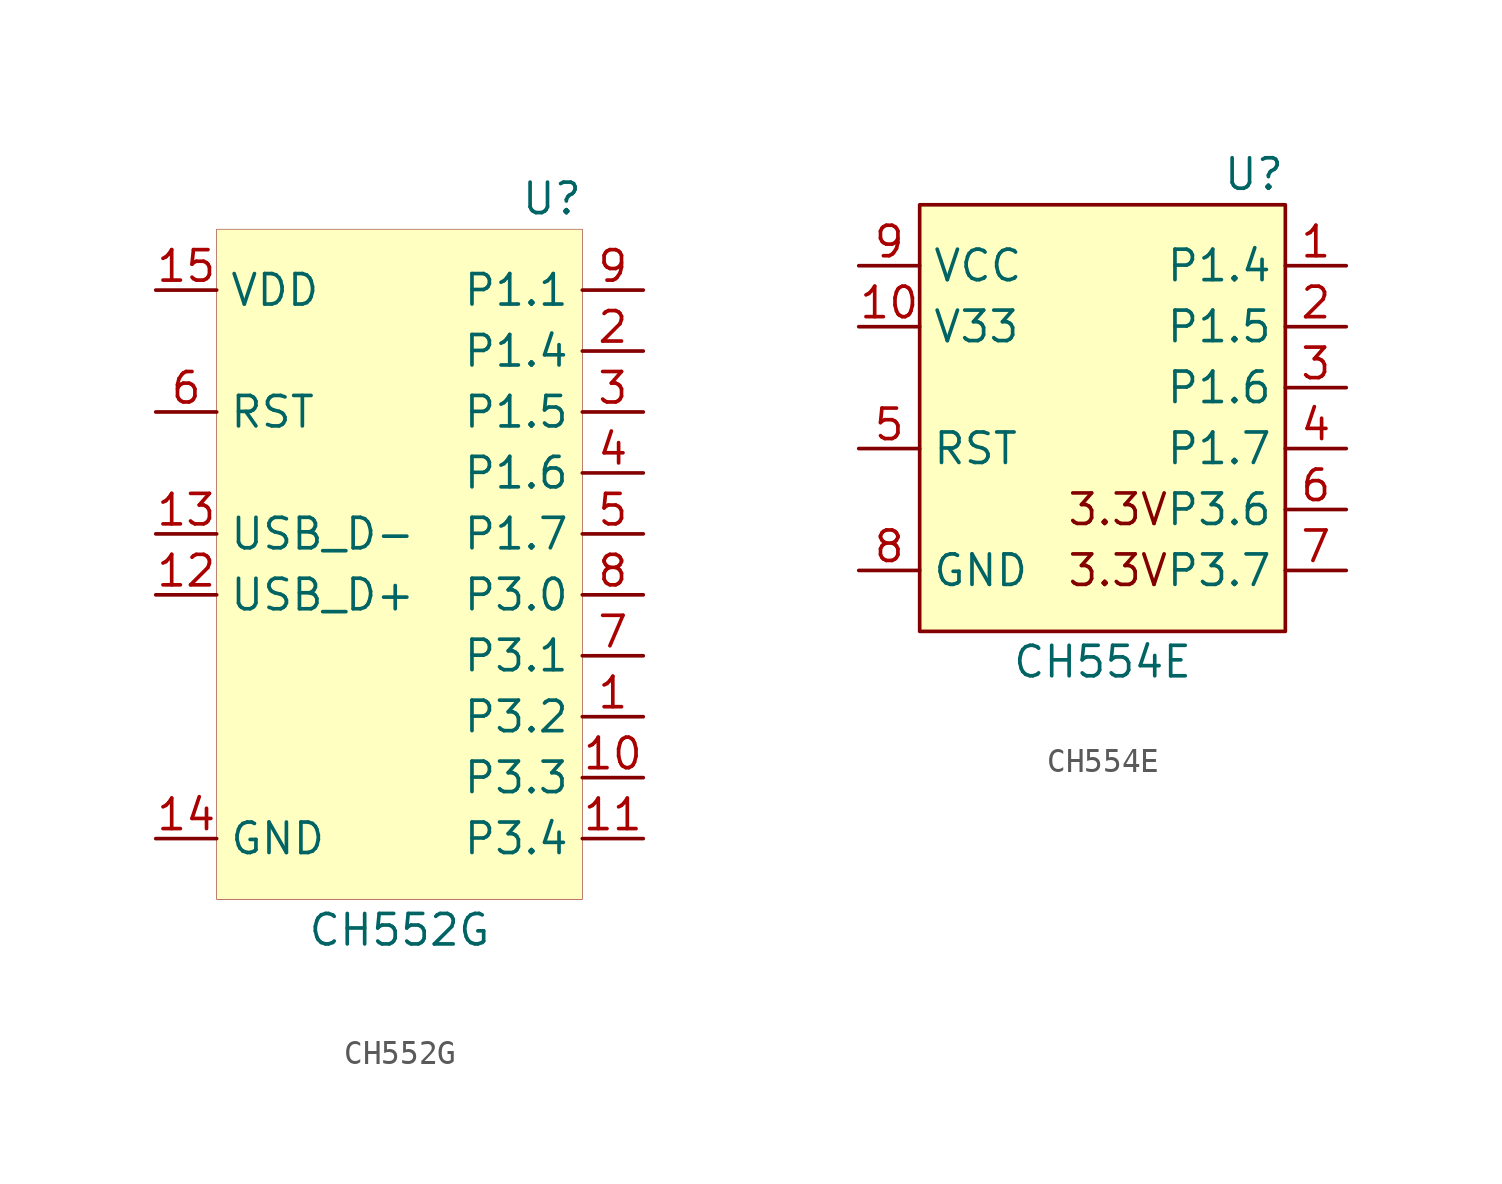
<source format=kicad_sym>
(kicad_symbol_lib
  (version 20201005)
  (generator kicad_symbol_editor)
  (symbol "MCU_WCH:CH552G"
    (property "Reference" "U"
      (at 6.35 13.97 0)
      (effects (font (size 1.27 1.27))))
    (property "Value" "CH552G"
      (at 0 -16.51 0)
      (effects (font (size 1.27 1.27))))
    (symbol "CH552G_0_0"
      (pin bidirectional line (at 10.16 -7.62 180) (length 2.54) (name "P3.2" (effects (font (size 1.27 1.27)))) (number "1" (effects (font (size 1.27 1.27)))))
      (pin bidirectional line (at 10.16 7.62 180) (length 2.54) (name "P1.4" (effects (font (size 1.27 1.27)))) (number "2" (effects (font (size 1.27 1.27)))))
      (pin bidirectional line (at 10.16 5.08 180) (length 2.54) (name "P1.5" (effects (font (size 1.27 1.27)))) (number "3" (effects (font (size 1.27 1.27)))))
      (pin bidirectional line (at 10.16 2.54 180) (length 2.54) (name "P1.6" (effects (font (size 1.27 1.27)))) (number "4" (effects (font (size 1.27 1.27)))))
      (pin bidirectional line (at 10.16 0 180) (length 2.54) (name "P1.7" (effects (font (size 1.27 1.27)))) (number "5" (effects (font (size 1.27 1.27)))))
      (pin input line (at -10.16 5.08 0) (length 2.54) (name "RST" (effects (font (size 1.27 1.27)))) (number "6" (effects (font (size 1.27 1.27)))))
      (pin bidirectional line (at 10.16 -5.08 180) (length 2.54) (name "P3.1" (effects (font (size 1.27 1.27)))) (number "7" (effects (font (size 1.27 1.27)))))
      (pin bidirectional line (at 10.16 -2.54 180) (length 2.54) (name "P3.0" (effects (font (size 1.27 1.27)))) (number "8" (effects (font (size 1.27 1.27)))))
      (pin bidirectional line (at 10.16 10.16 180) (length 2.54) (name "P1.1" (effects (font (size 1.27 1.27)))) (number "9" (effects (font (size 1.27 1.27)))))
      (pin bidirectional line (at 10.16 -10.16 180) (length 2.54) (name "P3.3" (effects (font (size 1.27 1.27)))) (number "10" (effects (font (size 1.27 1.27)))))
      (pin bidirectional line (at 10.16 -12.7 180) (length 2.54) (name "P3.4" (effects (font (size 1.27 1.27)))) (number "11" (effects (font (size 1.27 1.27)))))
      (pin bidirectional line (at -10.16 -2.54 0) (length 2.54) (name "USB_D+" (effects (font (size 1.27 1.27)))) (number "12" (effects (font (size 1.27 1.27)))))
      (pin bidirectional line (at -10.16 0 0) (length 2.54) (name "USB_D-" (effects (font (size 1.27 1.27)))) (number "13" (effects (font (size 1.27 1.27)))))
      (pin power_in line (at -10.16 -12.7 0) (length 2.54) (name "GND" (effects (font (size 1.27 1.27)))) (number "14" (effects (font (size 1.27 1.27)))))
      (pin power_in line (at -10.16 10.16 0) (length 2.54) (name "VDD" (effects (font (size 1.27 1.27)))) (number "15" (effects (font (size 1.27 1.27)))))
      (pin passive line (at -10.16 10.16 0) (length 2.54) hide (name "VDD" (effects (font (size 1.27 1.27)))) (number "16" (effects (font (size 1.27 1.27))))))
    (symbol "CH552G_0_1"
      (rectangle (start -7.62 12.7) (end 7.62 -15.24) (stroke (width 0.001)) (fill (type background)))))
  (symbol "MCU_WCH:CH554E"
    (property "Reference" "U"
      (at 7.62 11.43 0)
      (effects (font (size 1.27 1.27)) (justify right)))
    (property "Value" "CH554E"
      (at 0 -8.89 0)
      (effects (font (size 1.27 1.27))))
    (symbol "CH554E_0_0"
      (text "3.3V" (at 0.635 -5.08 0) (effects (font (size 1.27 1.27))))
      (text "3.3V" (at 0.635 -2.54 0) (effects (font (size 1.27 1.27))))
      (pin bidirectional line (at 10.16 7.62 180) (length 2.54) (name "P1.4" (effects (font (size 1.27 1.27)))) (number "1" (effects (font (size 1.27 1.27)))) (alternate "AIN1" bidirectional line) (alternate "CAP1" bidirectional line) (alternate "SCS" bidirectional line) (alternate "T2" bidirectional line) (alternate "TIN2" bidirectional line) (alternate "UCC1" bidirectional line))
      (pin power_out line (at -10.16 5.08 0) (length 2.54) (name "V33" (effects (font (size 1.27 1.27)))) (number "10" (effects (font (size 1.27 1.27)))))
      (pin bidirectional line (at 10.16 5.08 180) (length 2.54) (name "P1.5" (effects (font (size 1.27 1.27)))) (number "2" (effects (font (size 1.27 1.27)))) (alternate "AIN2" bidirectional line) (alternate "MOSI" bidirectional line) (alternate "PWM1" bidirectional line) (alternate "TIN3" bidirectional line) (alternate "UCC2" bidirectional line))
      (pin bidirectional line (at 10.16 2.54 180) (length 2.54) (name "P1.6" (effects (font (size 1.27 1.27)))) (number "3" (effects (font (size 1.27 1.27)))) (alternate "MISO" bidirectional line) (alternate "RXD1" bidirectional line) (alternate "TIN4" bidirectional line))
      (pin bidirectional line (at 10.16 0 180) (length 2.54) (name "P1.7" (effects (font (size 1.27 1.27)))) (number "4" (effects (font (size 1.27 1.27)))) (alternate "SCK" bidirectional line) (alternate "TIN5" bidirectional line) (alternate "TXD1" bidirectional line))
      (pin bidirectional line (at -10.16 0 0) (length 2.54) (name "RST" (effects (font (size 1.27 1.27)))) (number "5" (effects (font (size 1.27 1.27)))))
      (pin bidirectional line (at 10.16 -2.54 180) (length 2.54) (name "P3.6" (effects (font (size 1.27 1.27)))) (number "6" (effects (font (size 1.27 1.27)))) (alternate "USB_D+" bidirectional line))
      (pin bidirectional line (at 10.16 -5.08 180) (length 2.54) (name "P3.7" (effects (font (size 1.27 1.27)))) (number "7" (effects (font (size 1.27 1.27)))) (alternate "USB_D-" bidirectional line))
      (pin power_in line (at -10.16 -5.08 0) (length 2.54) (name "GND" (effects (font (size 1.27 1.27)))) (number "8" (effects (font (size 1.27 1.27)))))
      (pin power_in line (at -10.16 7.62 0) (length 2.54) (name "VCC" (effects (font (size 1.27 1.27)))) (number "9" (effects (font (size 1.27 1.27))))))
    (symbol "CH554E_0_1"
      (rectangle (start -7.62 10.16) (end 7.62 -7.62) (stroke (width 0.152)) (fill (type background))))))
</source>
